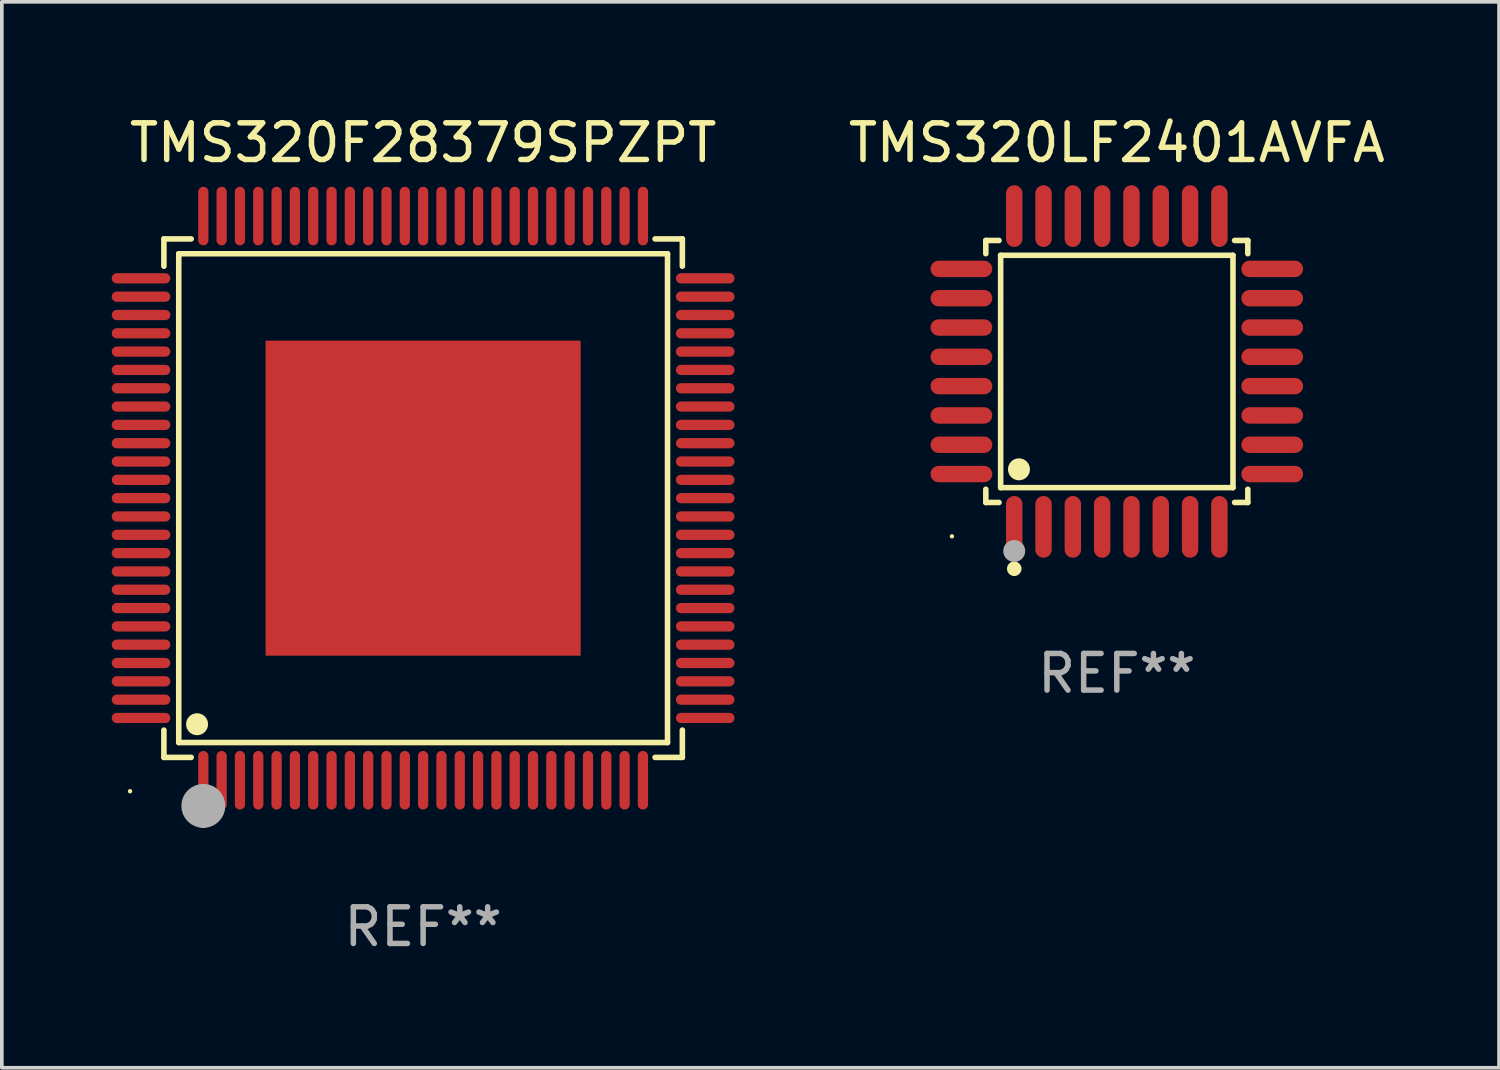
<source format=kicad_pcb>
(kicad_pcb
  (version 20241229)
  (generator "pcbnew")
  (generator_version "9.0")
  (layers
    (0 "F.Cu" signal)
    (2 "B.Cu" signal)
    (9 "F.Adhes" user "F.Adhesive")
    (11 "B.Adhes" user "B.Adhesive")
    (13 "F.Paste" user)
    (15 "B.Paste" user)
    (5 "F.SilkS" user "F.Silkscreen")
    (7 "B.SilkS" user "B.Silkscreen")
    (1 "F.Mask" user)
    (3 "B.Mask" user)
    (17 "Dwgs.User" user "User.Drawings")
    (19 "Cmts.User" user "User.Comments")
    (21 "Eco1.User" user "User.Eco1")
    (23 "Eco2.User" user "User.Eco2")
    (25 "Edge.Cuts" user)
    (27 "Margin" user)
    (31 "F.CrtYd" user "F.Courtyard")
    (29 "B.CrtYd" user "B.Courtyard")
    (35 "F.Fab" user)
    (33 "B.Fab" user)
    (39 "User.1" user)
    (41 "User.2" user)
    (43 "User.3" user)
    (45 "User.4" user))
  (footprint "TMS320LF2401AVFA"
    (layer "F.Cu")
    (at 27.435 7.09)
    (property "Reference" "TMS320LF2401AVFA" (at 0 -6.242 0) (layer "F.SilkS") (effects (font (size 1 1) (thickness 0.15))))
    (attr through_hole)
    (fp_line (start -3.576 -3.576) (end -3.215 -3.576) (stroke (width 0.152) (type solid)) (layer "F.SilkS"))
    (fp_line (start -3.576 -3.215) (end -3.576 -3.576) (stroke (width 0.152) (type solid)) (layer "F.SilkS"))
    (fp_line (start -3.576 3.215) (end -3.576 3.576) (stroke (width 0.152) (type solid)) (layer "F.SilkS"))
    (fp_line (start -3.576 3.576) (end -3.215 3.576) (stroke (width 0.152) (type solid)) (layer "F.SilkS"))
    (fp_line (start -3.171 -3.171) (end 3.171 -3.171) (stroke (width 0.152) (type solid)) (layer "F.SilkS"))
    (fp_line (start -3.171 3.171) (end -3.171 -3.171) (stroke (width 0.152) (type solid)) (layer "F.SilkS"))
    (fp_line (start 3.171 -3.171) (end 3.171 3.171) (stroke (width 0.152) (type solid)) (layer "F.SilkS"))
    (fp_line (start 3.171 3.171) (end -3.171 3.171) (stroke (width 0.152) (type solid)) (layer "F.SilkS"))
    (fp_line (start 3.576 -3.576) (end 3.215 -3.576) (stroke (width 0.152) (type solid)) (layer "F.SilkS"))
    (fp_line (start 3.576 -3.215) (end 3.576 -3.576) (stroke (width 0.152) (type solid)) (layer "F.SilkS"))
    (fp_line (start 3.576 3.215) (end 3.576 3.576) (stroke (width 0.152) (type solid)) (layer "F.SilkS"))
    (fp_line (start 3.576 3.576) (end 3.215 3.576) (stroke (width 0.152) (type solid)) (layer "F.SilkS"))
    (fp_circle (center -4.5 4.5) (end -4.47 4.5) (stroke (width 0.06) (type solid)) (fill no) (layer "F.SilkS"))
    (fp_circle (center -2.8 5.384) (end -2.7 5.384) (stroke (width 0.2) (type solid)) (fill no) (layer "F.SilkS"))
    (fp_circle (center -2.671 2.671) (end -2.521 2.671) (stroke (width 0.3) (type solid)) (fill no) (layer "F.SilkS"))
    (fp_circle (center -2.8 4.9) (end -2.65 4.9) (stroke (width 0.3) (type solid)) (fill no) (layer "F.Fab"))
    (fp_text user "REF**" (at 0 8.242 0) (layer "F.Fab") (effects (font (size 1 1) (thickness 0.15))))
    (pad "1" smd oval (at -2.8 4.242) (size 0.448 1.684) (layers "F.Cu" "F.Mask" "F.Paste"))
    (pad "2" smd oval (at -2 4.242) (size 0.448 1.684) (layers "F.Cu" "F.Mask" "F.Paste"))
    (pad "3" smd oval (at -1.2 4.242) (size 0.448 1.684) (layers "F.Cu" "F.Mask" "F.Paste"))
    (pad "4" smd oval (at -0.4 4.242) (size 0.448 1.684) (layers "F.Cu" "F.Mask" "F.Paste"))
    (pad "5" smd oval (at 0.4 4.242) (size 0.448 1.684) (layers "F.Cu" "F.Mask" "F.Paste"))
    (pad "6" smd oval (at 1.2 4.242) (size 0.448 1.684) (layers "F.Cu" "F.Mask" "F.Paste"))
    (pad "7" smd oval (at 2 4.242) (size 0.448 1.684) (layers "F.Cu" "F.Mask" "F.Paste"))
    (pad "8" smd oval (at 2.8 4.242) (size 0.448 1.684) (layers "F.Cu" "F.Mask" "F.Paste"))
    (pad "9" smd oval (at 4.242 2.8) (size 1.684 0.448) (layers "F.Cu" "F.Mask" "F.Paste"))
    (pad "10" smd oval (at 4.242 2) (size 1.684 0.448) (layers "F.Cu" "F.Mask" "F.Paste"))
    (pad "11" smd oval (at 4.242 1.2) (size 1.684 0.448) (layers "F.Cu" "F.Mask" "F.Paste"))
    (pad "12" smd oval (at 4.242 0.4) (size 1.684 0.448) (layers "F.Cu" "F.Mask" "F.Paste"))
    (pad "13" smd oval (at 4.242 -0.4) (size 1.684 0.448) (layers "F.Cu" "F.Mask" "F.Paste"))
    (pad "14" smd oval (at 4.242 -1.2) (size 1.684 0.448) (layers "F.Cu" "F.Mask" "F.Paste"))
    (pad "15" smd oval (at 4.242 -2) (size 1.684 0.448) (layers "F.Cu" "F.Mask" "F.Paste"))
    (pad "16" smd oval (at 4.242 -2.8) (size 1.684 0.448) (layers "F.Cu" "F.Mask" "F.Paste"))
    (pad "17" smd oval (at 2.8 -4.242) (size 0.448 1.684) (layers "F.Cu" "F.Mask" "F.Paste"))
    (pad "18" smd oval (at 2 -4.242) (size 0.448 1.684) (layers "F.Cu" "F.Mask" "F.Paste"))
    (pad "19" smd oval (at 1.2 -4.242) (size 0.448 1.684) (layers "F.Cu" "F.Mask" "F.Paste"))
    (pad "20" smd oval (at 0.4 -4.242) (size 0.448 1.684) (layers "F.Cu" "F.Mask" "F.Paste"))
    (pad "21" smd oval (at -0.4 -4.242) (size 0.448 1.684) (layers "F.Cu" "F.Mask" "F.Paste"))
    (pad "22" smd oval (at -1.2 -4.242) (size 0.448 1.684) (layers "F.Cu" "F.Mask" "F.Paste"))
    (pad "23" smd oval (at -2 -4.242) (size 0.448 1.684) (layers "F.Cu" "F.Mask" "F.Paste"))
    (pad "24" smd oval (at -2.8 -4.242) (size 0.448 1.684) (layers "F.Cu" "F.Mask" "F.Paste"))
    (pad "25" smd oval (at -4.242 -2.8) (size 1.684 0.448) (layers "F.Cu" "F.Mask" "F.Paste"))
    (pad "26" smd oval (at -4.242 -2) (size 1.684 0.448) (layers "F.Cu" "F.Mask" "F.Paste"))
    (pad "27" smd oval (at -4.242 -1.2) (size 1.684 0.448) (layers "F.Cu" "F.Mask" "F.Paste"))
    (pad "28" smd oval (at -4.242 -0.4) (size 1.684 0.448) (layers "F.Cu" "F.Mask" "F.Paste"))
    (pad "29" smd oval (at -4.242 0.4) (size 1.684 0.448) (layers "F.Cu" "F.Mask" "F.Paste"))
    (pad "30" smd oval (at -4.242 1.2) (size 1.684 0.448) (layers "F.Cu" "F.Mask" "F.Paste"))
    (pad "31" smd oval (at -4.242 2) (size 1.684 0.448) (layers "F.Cu" "F.Mask" "F.Paste"))
    (pad "32" smd oval (at -4.242 2.8) (size 1.684 0.448) (layers "F.Cu" "F.Mask" "F.Paste")))
  (footprint "TMS320F28379SPZPT"
    (layer "F.Cu")
    (at 8.5 10.548)
    (property "Reference" "TMS320F28379SPZPT" (at 0 -9.7 0) (layer "F.SilkS") (effects (font (size 1 1) (thickness 0.15))))
    (attr through_hole)
    (fp_line (start -7.076 -7.076) (end -6.331 -7.076) (stroke (width 0.152) (type solid)) (layer "F.SilkS"))
    (fp_line (start -7.076 -6.331) (end -7.076 -7.076) (stroke (width 0.152) (type solid)) (layer "F.SilkS"))
    (fp_line (start -7.076 6.331) (end -7.076 7.076) (stroke (width 0.152) (type solid)) (layer "F.SilkS"))
    (fp_line (start -7.076 7.076) (end -6.331 7.076) (stroke (width 0.152) (type solid)) (layer "F.SilkS"))
    (fp_line (start -6.671 -6.671) (end 6.671 -6.671) (stroke (width 0.152) (type solid)) (layer "F.SilkS"))
    (fp_line (start -6.671 6.671) (end -6.671 -6.671) (stroke (width 0.152) (type solid)) (layer "F.SilkS"))
    (fp_line (start 6.671 -6.671) (end 6.671 6.671) (stroke (width 0.152) (type solid)) (layer "F.SilkS"))
    (fp_line (start 6.671 6.671) (end -6.671 6.671) (stroke (width 0.152) (type solid)) (layer "F.SilkS"))
    (fp_line (start 7.076 -7.076) (end 6.331 -7.076) (stroke (width 0.152) (type solid)) (layer "F.SilkS"))
    (fp_line (start 7.076 -6.331) (end 7.076 -7.076) (stroke (width 0.152) (type solid)) (layer "F.SilkS"))
    (fp_line (start 7.076 6.331) (end 7.076 7.076) (stroke (width 0.152) (type solid)) (layer "F.SilkS"))
    (fp_line (start 7.076 7.076) (end 6.331 7.076) (stroke (width 0.152) (type solid)) (layer "F.SilkS"))
    (fp_circle (center -8 8) (end -7.97 8) (stroke (width 0.06) (type solid)) (fill no) (layer "F.SilkS"))
    (fp_circle (center -6.171 6.171) (end -6.021 6.171) (stroke (width 0.3) (type solid)) (fill no) (layer "F.SilkS"))
    (fp_circle (center -6 8.8) (end -5.9 8.8) (stroke (width 0.2) (type solid)) (fill no) (layer "F.SilkS"))
    (fp_circle (center -6 8.4) (end -5.7 8.4) (stroke (width 0.6) (type solid)) (fill no) (layer "F.Fab"))
    (fp_text user "REF**" (at 0 11.7 0) (layer "F.Fab") (effects (font (size 1 1) (thickness 0.15))))
    (pad "1" smd oval (at -6 7.7) (size 0.28 1.6) (layers "F.Cu" "F.Mask" "F.Paste"))
    (pad "2" smd oval (at -5.5 7.7) (size 0.28 1.6) (layers "F.Cu" "F.Mask" "F.Paste"))
    (pad "3" smd oval (at -5 7.7) (size 0.28 1.6) (layers "F.Cu" "F.Mask" "F.Paste"))
    (pad "4" smd oval (at -4.5 7.7) (size 0.28 1.6) (layers "F.Cu" "F.Mask" "F.Paste"))
    (pad "5" smd oval (at -4 7.7) (size 0.28 1.6) (layers "F.Cu" "F.Mask" "F.Paste"))
    (pad "6" smd oval (at -3.5 7.7) (size 0.28 1.6) (layers "F.Cu" "F.Mask" "F.Paste"))
    (pad "7" smd oval (at -3 7.7) (size 0.28 1.6) (layers "F.Cu" "F.Mask" "F.Paste"))
    (pad "8" smd oval (at -2.5 7.7) (size 0.28 1.6) (layers "F.Cu" "F.Mask" "F.Paste"))
    (pad "9" smd oval (at -2 7.7) (size 0.28 1.6) (layers "F.Cu" "F.Mask" "F.Paste"))
    (pad "10" smd oval (at -1.5 7.7) (size 0.28 1.6) (layers "F.Cu" "F.Mask" "F.Paste"))
    (pad "11" smd oval (at -1 7.7) (size 0.28 1.6) (layers "F.Cu" "F.Mask" "F.Paste"))
    (pad "12" smd oval (at -0.5 7.7) (size 0.28 1.6) (layers "F.Cu" "F.Mask" "F.Paste"))
    (pad "13" smd oval (at 0 7.7) (size 0.28 1.6) (layers "F.Cu" "F.Mask" "F.Paste"))
    (pad "14" smd oval (at 0.5 7.7) (size 0.28 1.6) (layers "F.Cu" "F.Mask" "F.Paste"))
    (pad "15" smd oval (at 1 7.7) (size 0.28 1.6) (layers "F.Cu" "F.Mask" "F.Paste"))
    (pad "16" smd oval (at 1.5 7.7) (size 0.28 1.6) (layers "F.Cu" "F.Mask" "F.Paste"))
    (pad "17" smd oval (at 2 7.7) (size 0.28 1.6) (layers "F.Cu" "F.Mask" "F.Paste"))
    (pad "18" smd oval (at 2.5 7.7) (size 0.28 1.6) (layers "F.Cu" "F.Mask" "F.Paste"))
    (pad "19" smd oval (at 3 7.7) (size 0.28 1.6) (layers "F.Cu" "F.Mask" "F.Paste"))
    (pad "20" smd oval (at 3.5 7.7) (size 0.28 1.6) (layers "F.Cu" "F.Mask" "F.Paste"))
    (pad "21" smd oval (at 4 7.7) (size 0.28 1.6) (layers "F.Cu" "F.Mask" "F.Paste"))
    (pad "22" smd oval (at 4.5 7.7) (size 0.28 1.6) (layers "F.Cu" "F.Mask" "F.Paste"))
    (pad "23" smd oval (at 5 7.7) (size 0.28 1.6) (layers "F.Cu" "F.Mask" "F.Paste"))
    (pad "24" smd oval (at 5.5 7.7) (size 0.28 1.6) (layers "F.Cu" "F.Mask" "F.Paste"))
    (pad "25" smd oval (at 6 7.7) (size 0.28 1.6) (layers "F.Cu" "F.Mask" "F.Paste"))
    (pad "26" smd oval (at 7.7 6) (size 1.6 0.28) (layers "F.Cu" "F.Mask" "F.Paste"))
    (pad "27" smd oval (at 7.7 5.5) (size 1.6 0.28) (layers "F.Cu" "F.Mask" "F.Paste"))
    (pad "28" smd oval (at 7.7 5) (size 1.6 0.28) (layers "F.Cu" "F.Mask" "F.Paste"))
    (pad "29" smd oval (at 7.7 4.5) (size 1.6 0.28) (layers "F.Cu" "F.Mask" "F.Paste"))
    (pad "30" smd oval (at 7.7 4) (size 1.6 0.28) (layers "F.Cu" "F.Mask" "F.Paste"))
    (pad "31" smd oval (at 7.7 3.5) (size 1.6 0.28) (layers "F.Cu" "F.Mask" "F.Paste"))
    (pad "32" smd oval (at 7.7 3) (size 1.6 0.28) (layers "F.Cu" "F.Mask" "F.Paste"))
    (pad "33" smd oval (at 7.7 2.5) (size 1.6 0.28) (layers "F.Cu" "F.Mask" "F.Paste"))
    (pad "34" smd oval (at 7.7 2) (size 1.6 0.28) (layers "F.Cu" "F.Mask" "F.Paste"))
    (pad "35" smd oval (at 7.7 1.5) (size 1.6 0.28) (layers "F.Cu" "F.Mask" "F.Paste"))
    (pad "36" smd oval (at 7.7 1) (size 1.6 0.28) (layers "F.Cu" "F.Mask" "F.Paste"))
    (pad "37" smd oval (at 7.7 0.5) (size 1.6 0.28) (layers "F.Cu" "F.Mask" "F.Paste"))
    (pad "38" smd oval (at 7.7 0) (size 1.6 0.28) (layers "F.Cu" "F.Mask" "F.Paste"))
    (pad "39" smd oval (at 7.7 -0.5) (size 1.6 0.28) (layers "F.Cu" "F.Mask" "F.Paste"))
    (pad "40" smd oval (at 7.7 -1) (size 1.6 0.28) (layers "F.Cu" "F.Mask" "F.Paste"))
    (pad "41" smd oval (at 7.7 -1.5) (size 1.6 0.28) (layers "F.Cu" "F.Mask" "F.Paste"))
    (pad "42" smd oval (at 7.7 -2) (size 1.6 0.28) (layers "F.Cu" "F.Mask" "F.Paste"))
    (pad "43" smd oval (at 7.7 -2.5) (size 1.6 0.28) (layers "F.Cu" "F.Mask" "F.Paste"))
    (pad "44" smd oval (at 7.7 -3) (size 1.6 0.28) (layers "F.Cu" "F.Mask" "F.Paste"))
    (pad "45" smd oval (at 7.7 -3.5) (size 1.6 0.28) (layers "F.Cu" "F.Mask" "F.Paste"))
    (pad "46" smd oval (at 7.7 -4) (size 1.6 0.28) (layers "F.Cu" "F.Mask" "F.Paste"))
    (pad "47" smd oval (at 7.7 -4.5) (size 1.6 0.28) (layers "F.Cu" "F.Mask" "F.Paste"))
    (pad "48" smd oval (at 7.7 -5) (size 1.6 0.28) (layers "F.Cu" "F.Mask" "F.Paste"))
    (pad "49" smd oval (at 7.7 -5.5) (size 1.6 0.28) (layers "F.Cu" "F.Mask" "F.Paste"))
    (pad "50" smd oval (at 7.7 -6) (size 1.6 0.28) (layers "F.Cu" "F.Mask" "F.Paste"))
    (pad "51" smd oval (at 6 -7.7) (size 0.28 1.6) (layers "F.Cu" "F.Mask" "F.Paste"))
    (pad "52" smd oval (at 5.5 -7.7) (size 0.28 1.6) (layers "F.Cu" "F.Mask" "F.Paste"))
    (pad "53" smd oval (at 5 -7.7) (size 0.28 1.6) (layers "F.Cu" "F.Mask" "F.Paste"))
    (pad "54" smd oval (at 4.5 -7.7) (size 0.28 1.6) (layers "F.Cu" "F.Mask" "F.Paste"))
    (pad "55" smd oval (at 4 -7.7) (size 0.28 1.6) (layers "F.Cu" "F.Mask" "F.Paste"))
    (pad "56" smd oval (at 3.5 -7.7) (size 0.28 1.6) (layers "F.Cu" "F.Mask" "F.Paste"))
    (pad "57" smd oval (at 3 -7.7) (size 0.28 1.6) (layers "F.Cu" "F.Mask" "F.Paste"))
    (pad "58" smd oval (at 2.5 -7.7) (size 0.28 1.6) (layers "F.Cu" "F.Mask" "F.Paste"))
    (pad "59" smd oval (at 2 -7.7) (size 0.28 1.6) (layers "F.Cu" "F.Mask" "F.Paste"))
    (pad "60" smd oval (at 1.5 -7.7) (size 0.28 1.6) (layers "F.Cu" "F.Mask" "F.Paste"))
    (pad "61" smd oval (at 1 -7.7) (size 0.28 1.6) (layers "F.Cu" "F.Mask" "F.Paste"))
    (pad "62" smd oval (at 0.5 -7.7) (size 0.28 1.6) (layers "F.Cu" "F.Mask" "F.Paste"))
    (pad "63" smd oval (at 0 -7.7) (size 0.28 1.6) (layers "F.Cu" "F.Mask" "F.Paste"))
    (pad "64" smd oval (at -0.5 -7.7) (size 0.28 1.6) (layers "F.Cu" "F.Mask" "F.Paste"))
    (pad "65" smd oval (at -1 -7.7) (size 0.28 1.6) (layers "F.Cu" "F.Mask" "F.Paste"))
    (pad "66" smd oval (at -1.5 -7.7) (size 0.28 1.6) (layers "F.Cu" "F.Mask" "F.Paste"))
    (pad "67" smd oval (at -2 -7.7) (size 0.28 1.6) (layers "F.Cu" "F.Mask" "F.Paste"))
    (pad "68" smd oval (at -2.5 -7.7) (size 0.28 1.6) (layers "F.Cu" "F.Mask" "F.Paste"))
    (pad "69" smd oval (at -3 -7.7) (size 0.28 1.6) (layers "F.Cu" "F.Mask" "F.Paste"))
    (pad "70" smd oval (at -3.5 -7.7) (size 0.28 1.6) (layers "F.Cu" "F.Mask" "F.Paste"))
    (pad "71" smd oval (at -4 -7.7) (size 0.28 1.6) (layers "F.Cu" "F.Mask" "F.Paste"))
    (pad "72" smd oval (at -4.5 -7.7) (size 0.28 1.6) (layers "F.Cu" "F.Mask" "F.Paste"))
    (pad "73" smd oval (at -5 -7.7) (size 0.28 1.6) (layers "F.Cu" "F.Mask" "F.Paste"))
    (pad "74" smd oval (at -5.5 -7.7) (size 0.28 1.6) (layers "F.Cu" "F.Mask" "F.Paste"))
    (pad "75" smd oval (at -6 -7.7) (size 0.28 1.6) (layers "F.Cu" "F.Mask" "F.Paste"))
    (pad "76" smd oval (at -7.7 -6) (size 1.6 0.28) (layers "F.Cu" "F.Mask" "F.Paste"))
    (pad "77" smd oval (at -7.7 -5.5) (size 1.6 0.28) (layers "F.Cu" "F.Mask" "F.Paste"))
    (pad "78" smd oval (at -7.7 -5) (size 1.6 0.28) (layers "F.Cu" "F.Mask" "F.Paste"))
    (pad "79" smd oval (at -7.7 -4.5) (size 1.6 0.28) (layers "F.Cu" "F.Mask" "F.Paste"))
    (pad "80" smd oval (at -7.7 -4) (size 1.6 0.28) (layers "F.Cu" "F.Mask" "F.Paste"))
    (pad "81" smd oval (at -7.7 -3.5) (size 1.6 0.28) (layers "F.Cu" "F.Mask" "F.Paste"))
    (pad "82" smd oval (at -7.7 -3) (size 1.6 0.28) (layers "F.Cu" "F.Mask" "F.Paste"))
    (pad "83" smd oval (at -7.7 -2.5) (size 1.6 0.28) (layers "F.Cu" "F.Mask" "F.Paste"))
    (pad "84" smd oval (at -7.7 -2) (size 1.6 0.28) (layers "F.Cu" "F.Mask" "F.Paste"))
    (pad "85" smd oval (at -7.7 -1.5) (size 1.6 0.28) (layers "F.Cu" "F.Mask" "F.Paste"))
    (pad "86" smd oval (at -7.7 -1) (size 1.6 0.28) (layers "F.Cu" "F.Mask" "F.Paste"))
    (pad "87" smd oval (at -7.7 -0.5) (size 1.6 0.28) (layers "F.Cu" "F.Mask" "F.Paste"))
    (pad "88" smd oval (at -7.7 0) (size 1.6 0.28) (layers "F.Cu" "F.Mask" "F.Paste"))
    (pad "89" smd oval (at -7.7 0.5) (size 1.6 0.28) (layers "F.Cu" "F.Mask" "F.Paste"))
    (pad "90" smd oval (at -7.7 1) (size 1.6 0.28) (layers "F.Cu" "F.Mask" "F.Paste"))
    (pad "91" smd oval (at -7.7 1.5) (size 1.6 0.28) (layers "F.Cu" "F.Mask" "F.Paste"))
    (pad "92" smd oval (at -7.7 2) (size 1.6 0.28) (layers "F.Cu" "F.Mask" "F.Paste"))
    (pad "93" smd oval (at -7.7 2.5) (size 1.6 0.28) (layers "F.Cu" "F.Mask" "F.Paste"))
    (pad "94" smd oval (at -7.7 3) (size 1.6 0.28) (layers "F.Cu" "F.Mask" "F.Paste"))
    (pad "95" smd oval (at -7.7 3.5) (size 1.6 0.28) (layers "F.Cu" "F.Mask" "F.Paste"))
    (pad "96" smd oval (at -7.7 4) (size 1.6 0.28) (layers "F.Cu" "F.Mask" "F.Paste"))
    (pad "97" smd oval (at -7.7 4.5) (size 1.6 0.28) (layers "F.Cu" "F.Mask" "F.Paste"))
    (pad "98" smd oval (at -7.7 5) (size 1.6 0.28) (layers "F.Cu" "F.Mask" "F.Paste"))
    (pad "99" smd oval (at -7.7 5.5) (size 1.6 0.28) (layers "F.Cu" "F.Mask" "F.Paste"))
    (pad "100" smd oval (at -7.7 6) (size 1.6 0.28) (layers "F.Cu" "F.Mask" "F.Paste"))
    (pad "101" smd rect (at 0 0) (size 8.6 8.6) (layers "F.Cu" "F.Mask" "F.Paste")))
  (gr_rect
    (start -3 -3)
    (end 37.869 26.097)
    (stroke (width 0.1) (type default))
    (fill no)
    (layer "Edge.Cuts")))
</source>
